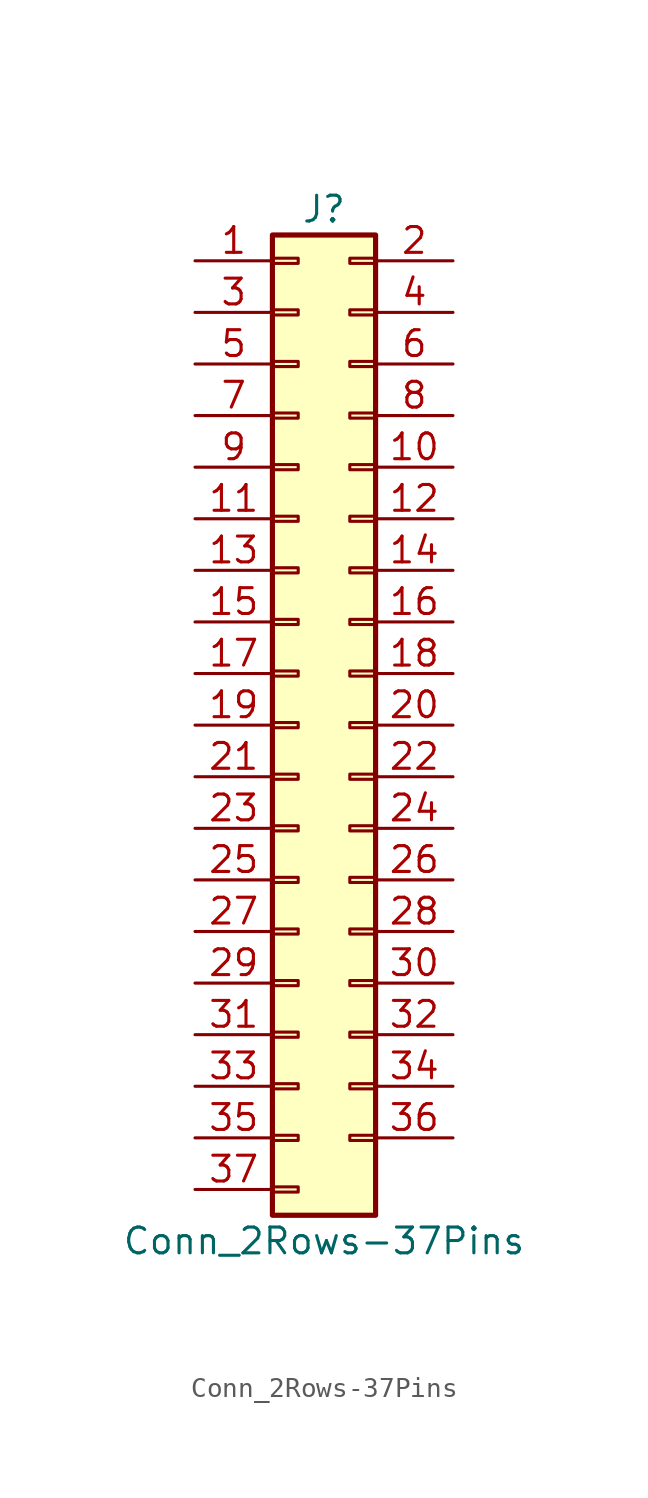
<source format=kicad_sym>
(kicad_symbol_lib
  (version 20211014)
  (generator kicad_symbol_editor)
  (symbol "Conn_2Rows-37Pins"
    (pin_names
      (offset 1.016) hide)
    (property "Reference" "J"
      (at 1.27 25.4 0)
      (effects (font (size 1.27 1.27))))
    (property "Value" "Conn_2Rows-37Pins"
      (at 1.27 -25.4 0)
      (effects (font (size 1.27 1.27))))
    (symbol "Conn_2Rows-37Pins_1_1"
      (rectangle (start -1.27 -22.733) (end 0 -22.987) (stroke (width 0.152) (type default) (color 0 0 0 0)) (fill (type none)))
      (rectangle (start -1.27 -20.193) (end 0 -20.447) (stroke (width 0.152) (type default) (color 0 0 0 0)) (fill (type none)))
      (rectangle (start -1.27 -17.653) (end 0 -17.907) (stroke (width 0.152) (type default) (color 0 0 0 0)) (fill (type none)))
      (rectangle (start -1.27 -15.113) (end 0 -15.367) (stroke (width 0.152) (type default) (color 0 0 0 0)) (fill (type none)))
      (rectangle (start -1.27 -12.573) (end 0 -12.827) (stroke (width 0.152) (type default) (color 0 0 0 0)) (fill (type none)))
      (rectangle (start -1.27 -10.033) (end 0 -10.287) (stroke (width 0.152) (type default) (color 0 0 0 0)) (fill (type none)))
      (rectangle (start -1.27 -7.493) (end 0 -7.747) (stroke (width 0.152) (type default) (color 0 0 0 0)) (fill (type none)))
      (rectangle (start -1.27 -4.953) (end 0 -5.207) (stroke (width 0.152) (type default) (color 0 0 0 0)) (fill (type none)))
      (rectangle (start -1.27 -2.413) (end 0 -2.667) (stroke (width 0.152) (type default) (color 0 0 0 0)) (fill (type none)))
      (rectangle (start -1.27 0.127) (end 0 -0.127) (stroke (width 0.152) (type default) (color 0 0 0 0)) (fill (type none)))
      (rectangle (start -1.27 2.667) (end 0 2.413) (stroke (width 0.152) (type default) (color 0 0 0 0)) (fill (type none)))
      (rectangle (start -1.27 5.207) (end 0 4.953) (stroke (width 0.152) (type default) (color 0 0 0 0)) (fill (type none)))
      (rectangle (start -1.27 7.747) (end 0 7.493) (stroke (width 0.152) (type default) (color 0 0 0 0)) (fill (type none)))
      (rectangle (start -1.27 10.287) (end 0 10.033) (stroke (width 0.152) (type default) (color 0 0 0 0)) (fill (type none)))
      (rectangle (start -1.27 12.827) (end 0 12.573) (stroke (width 0.152) (type default) (color 0 0 0 0)) (fill (type none)))
      (rectangle (start -1.27 15.367) (end 0 15.113) (stroke (width 0.152) (type default) (color 0 0 0 0)) (fill (type none)))
      (rectangle (start -1.27 17.907) (end 0 17.653) (stroke (width 0.152) (type default) (color 0 0 0 0)) (fill (type none)))
      (rectangle (start -1.27 20.447) (end 0 20.193) (stroke (width 0.152) (type default) (color 0 0 0 0)) (fill (type none)))
      (rectangle (start -1.27 22.987) (end 0 22.733) (stroke (width 0.152) (type default) (color 0 0 0 0)) (fill (type none)))
      (rectangle (start -1.27 24.13) (end 3.81 -24.13) (stroke (width 0.254) (type default) (color 0 0 0 0)) (fill (type background)))
      (rectangle (start 3.81 -20.193) (end 2.54 -20.447) (stroke (width 0.152) (type default) (color 0 0 0 0)) (fill (type none)))
      (rectangle (start 3.81 -17.653) (end 2.54 -17.907) (stroke (width 0.152) (type default) (color 0 0 0 0)) (fill (type none)))
      (rectangle (start 3.81 -15.113) (end 2.54 -15.367) (stroke (width 0.152) (type default) (color 0 0 0 0)) (fill (type none)))
      (rectangle (start 3.81 -12.573) (end 2.54 -12.827) (stroke (width 0.152) (type default) (color 0 0 0 0)) (fill (type none)))
      (rectangle (start 3.81 -10.033) (end 2.54 -10.287) (stroke (width 0.152) (type default) (color 0 0 0 0)) (fill (type none)))
      (rectangle (start 3.81 -7.493) (end 2.54 -7.747) (stroke (width 0.152) (type default) (color 0 0 0 0)) (fill (type none)))
      (rectangle (start 3.81 -4.953) (end 2.54 -5.207) (stroke (width 0.152) (type default) (color 0 0 0 0)) (fill (type none)))
      (rectangle (start 3.81 -2.413) (end 2.54 -2.667) (stroke (width 0.152) (type default) (color 0 0 0 0)) (fill (type none)))
      (rectangle (start 3.81 0.127) (end 2.54 -0.127) (stroke (width 0.152) (type default) (color 0 0 0 0)) (fill (type none)))
      (rectangle (start 3.81 2.667) (end 2.54 2.413) (stroke (width 0.152) (type default) (color 0 0 0 0)) (fill (type none)))
      (rectangle (start 3.81 5.207) (end 2.54 4.953) (stroke (width 0.152) (type default) (color 0 0 0 0)) (fill (type none)))
      (rectangle (start 3.81 7.747) (end 2.54 7.493) (stroke (width 0.152) (type default) (color 0 0 0 0)) (fill (type none)))
      (rectangle (start 3.81 10.287) (end 2.54 10.033) (stroke (width 0.152) (type default) (color 0 0 0 0)) (fill (type none)))
      (rectangle (start 3.81 12.827) (end 2.54 12.573) (stroke (width 0.152) (type default) (color 0 0 0 0)) (fill (type none)))
      (rectangle (start 3.81 15.367) (end 2.54 15.113) (stroke (width 0.152) (type default) (color 0 0 0 0)) (fill (type none)))
      (rectangle (start 3.81 17.907) (end 2.54 17.653) (stroke (width 0.152) (type default) (color 0 0 0 0)) (fill (type none)))
      (rectangle (start 3.81 20.447) (end 2.54 20.193) (stroke (width 0.152) (type default) (color 0 0 0 0)) (fill (type none)))
      (rectangle (start 3.81 22.987) (end 2.54 22.733) (stroke (width 0.152) (type default) (color 0 0 0 0)) (fill (type none)))
      (pin passive line (at -5.08 22.86 0) (length 3.81) (name "Pin_1" (effects (font (size 1.27 1.27)))) (number "1" (effects (font (size 1.27 1.27)))))
      (pin passive line (at 7.62 12.7 180) (length 3.81) (name "Pin_10" (effects (font (size 1.27 1.27)))) (number "10" (effects (font (size 1.27 1.27)))))
      (pin passive line (at -5.08 10.16 0) (length 3.81) (name "Pin_11" (effects (font (size 1.27 1.27)))) (number "11" (effects (font (size 1.27 1.27)))))
      (pin passive line (at 7.62 10.16 180) (length 3.81) (name "Pin_12" (effects (font (size 1.27 1.27)))) (number "12" (effects (font (size 1.27 1.27)))))
      (pin passive line (at -5.08 7.62 0) (length 3.81) (name "Pin_13" (effects (font (size 1.27 1.27)))) (number "13" (effects (font (size 1.27 1.27)))))
      (pin passive line (at 7.62 7.62 180) (length 3.81) (name "Pin_14" (effects (font (size 1.27 1.27)))) (number "14" (effects (font (size 1.27 1.27)))))
      (pin passive line (at -5.08 5.08 0) (length 3.81) (name "Pin_15" (effects (font (size 1.27 1.27)))) (number "15" (effects (font (size 1.27 1.27)))))
      (pin passive line (at 7.62 5.08 180) (length 3.81) (name "Pin_16" (effects (font (size 1.27 1.27)))) (number "16" (effects (font (size 1.27 1.27)))))
      (pin passive line (at -5.08 2.54 0) (length 3.81) (name "Pin_17" (effects (font (size 1.27 1.27)))) (number "17" (effects (font (size 1.27 1.27)))))
      (pin passive line (at 7.62 2.54 180) (length 3.81) (name "Pin_18" (effects (font (size 1.27 1.27)))) (number "18" (effects (font (size 1.27 1.27)))))
      (pin passive line (at -5.08 0 0) (length 3.81) (name "Pin_19" (effects (font (size 1.27 1.27)))) (number "19" (effects (font (size 1.27 1.27)))))
      (pin passive line (at 7.62 22.86 180) (length 3.81) (name "Pin_2" (effects (font (size 1.27 1.27)))) (number "2" (effects (font (size 1.27 1.27)))))
      (pin passive line (at 7.62 0 180) (length 3.81) (name "Pin_20" (effects (font (size 1.27 1.27)))) (number "20" (effects (font (size 1.27 1.27)))))
      (pin passive line (at -5.08 -2.54 0) (length 3.81) (name "Pin_21" (effects (font (size 1.27 1.27)))) (number "21" (effects (font (size 1.27 1.27)))))
      (pin passive line (at 7.62 -2.54 180) (length 3.81) (name "Pin_22" (effects (font (size 1.27 1.27)))) (number "22" (effects (font (size 1.27 1.27)))))
      (pin passive line (at -5.08 -5.08 0) (length 3.81) (name "Pin_23" (effects (font (size 1.27 1.27)))) (number "23" (effects (font (size 1.27 1.27)))))
      (pin passive line (at 7.62 -5.08 180) (length 3.81) (name "Pin_24" (effects (font (size 1.27 1.27)))) (number "24" (effects (font (size 1.27 1.27)))))
      (pin passive line (at -5.08 -7.62 0) (length 3.81) (name "Pin_25" (effects (font (size 1.27 1.27)))) (number "25" (effects (font (size 1.27 1.27)))))
      (pin passive line (at 7.62 -7.62 180) (length 3.81) (name "Pin_26" (effects (font (size 1.27 1.27)))) (number "26" (effects (font (size 1.27 1.27)))))
      (pin passive line (at -5.08 -10.16 0) (length 3.81) (name "Pin_27" (effects (font (size 1.27 1.27)))) (number "27" (effects (font (size 1.27 1.27)))))
      (pin passive line (at 7.62 -10.16 180) (length 3.81) (name "Pin_28" (effects (font (size 1.27 1.27)))) (number "28" (effects (font (size 1.27 1.27)))))
      (pin passive line (at -5.08 -12.7 0) (length 3.81) (name "Pin_29" (effects (font (size 1.27 1.27)))) (number "29" (effects (font (size 1.27 1.27)))))
      (pin passive line (at -5.08 20.32 0) (length 3.81) (name "Pin_3" (effects (font (size 1.27 1.27)))) (number "3" (effects (font (size 1.27 1.27)))))
      (pin passive line (at 7.62 -12.7 180) (length 3.81) (name "Pin_30" (effects (font (size 1.27 1.27)))) (number "30" (effects (font (size 1.27 1.27)))))
      (pin passive line (at -5.08 -15.24 0) (length 3.81) (name "Pin_31" (effects (font (size 1.27 1.27)))) (number "31" (effects (font (size 1.27 1.27)))))
      (pin passive line (at 7.62 -15.24 180) (length 3.81) (name "Pin_32" (effects (font (size 1.27 1.27)))) (number "32" (effects (font (size 1.27 1.27)))))
      (pin passive line (at -5.08 -17.78 0) (length 3.81) (name "Pin_33" (effects (font (size 1.27 1.27)))) (number "33" (effects (font (size 1.27 1.27)))))
      (pin passive line (at 7.62 -17.78 180) (length 3.81) (name "Pin_34" (effects (font (size 1.27 1.27)))) (number "34" (effects (font (size 1.27 1.27)))))
      (pin passive line (at -5.08 -20.32 0) (length 3.81) (name "Pin_35" (effects (font (size 1.27 1.27)))) (number "35" (effects (font (size 1.27 1.27)))))
      (pin passive line (at 7.62 -20.32 180) (length 3.81) (name "Pin_36" (effects (font (size 1.27 1.27)))) (number "36" (effects (font (size 1.27 1.27)))))
      (pin passive line (at -5.08 -22.86 0) (length 3.81) (name "Pin_37" (effects (font (size 1.27 1.27)))) (number "37" (effects (font (size 1.27 1.27)))))
      (pin passive line (at 7.62 20.32 180) (length 3.81) (name "Pin_4" (effects (font (size 1.27 1.27)))) (number "4" (effects (font (size 1.27 1.27)))))
      (pin passive line (at -5.08 17.78 0) (length 3.81) (name "Pin_5" (effects (font (size 1.27 1.27)))) (number "5" (effects (font (size 1.27 1.27)))))
      (pin passive line (at 7.62 17.78 180) (length 3.81) (name "Pin_6" (effects (font (size 1.27 1.27)))) (number "6" (effects (font (size 1.27 1.27)))))
      (pin passive line (at -5.08 15.24 0) (length 3.81) (name "Pin_7" (effects (font (size 1.27 1.27)))) (number "7" (effects (font (size 1.27 1.27)))))
      (pin passive line (at 7.62 15.24 180) (length 3.81) (name "Pin_8" (effects (font (size 1.27 1.27)))) (number "8" (effects (font (size 1.27 1.27)))))
      (pin passive line (at -5.08 12.7 0) (length 3.81) (name "Pin_9" (effects (font (size 1.27 1.27)))) (number "9" (effects (font (size 1.27 1.27))))))))
</source>
